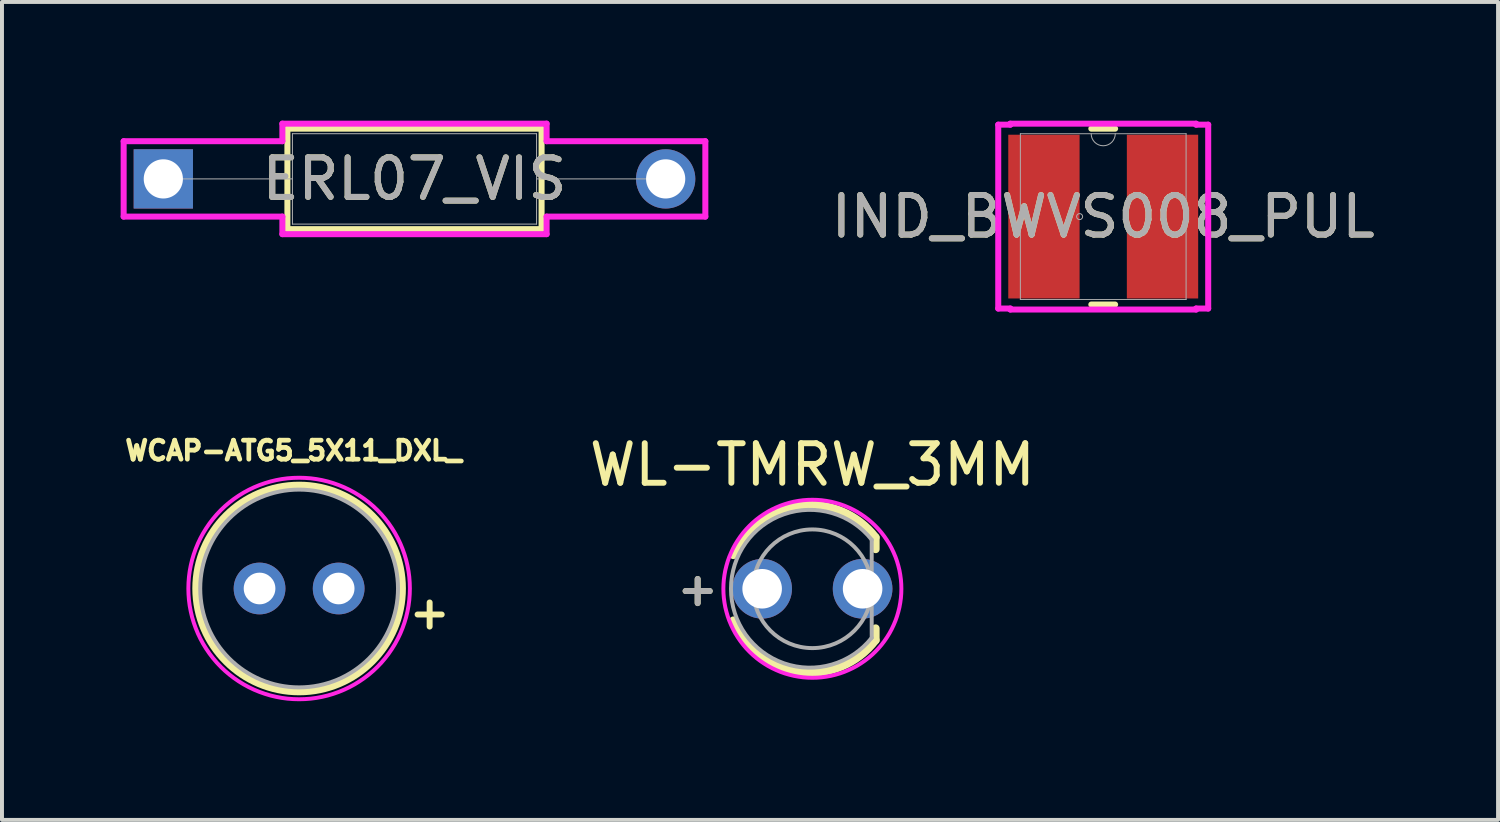
<source format=kicad_pcb>
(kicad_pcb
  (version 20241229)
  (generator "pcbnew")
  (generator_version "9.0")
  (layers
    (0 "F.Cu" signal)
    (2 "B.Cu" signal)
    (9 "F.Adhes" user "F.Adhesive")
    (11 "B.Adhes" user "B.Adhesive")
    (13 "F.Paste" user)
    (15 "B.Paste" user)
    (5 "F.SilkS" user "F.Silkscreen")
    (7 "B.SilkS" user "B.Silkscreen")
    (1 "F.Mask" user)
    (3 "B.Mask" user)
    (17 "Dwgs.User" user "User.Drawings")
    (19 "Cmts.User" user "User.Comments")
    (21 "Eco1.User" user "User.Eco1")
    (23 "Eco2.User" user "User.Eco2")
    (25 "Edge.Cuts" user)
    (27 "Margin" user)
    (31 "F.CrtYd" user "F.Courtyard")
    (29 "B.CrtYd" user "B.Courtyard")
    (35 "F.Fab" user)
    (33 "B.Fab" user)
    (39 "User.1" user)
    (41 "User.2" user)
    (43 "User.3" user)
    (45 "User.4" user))
  (footprint "ERL07_VIS"
    (layer "F.Cu")
    (at 1.079 1.473)
    (property "Reference" "ERL07_VIS" (at 6.35 0 0) (unlocked yes) (layer "F.SilkS") (effects (font (size 1 1) (thickness 0.15))))
    (attr through_hole)
    (fp_line (start 3.137 -1.27) (end 3.137 1.27) (stroke (width 0.152) (type solid)) (layer "F.SilkS"))
    (fp_line (start 3.137 1.27) (end 9.563 1.27) (stroke (width 0.152) (type solid)) (layer "F.SilkS"))
    (fp_line (start 9.563 -1.27) (end 3.137 -1.27) (stroke (width 0.152) (type solid)) (layer "F.SilkS"))
    (fp_line (start 9.563 1.27) (end 9.563 -1.27) (stroke (width 0.152) (type solid)) (layer "F.SilkS"))
    (fp_line (start -1.003 -0.953) (end 3.01 -0.953) (stroke (width 0.152) (type solid)) (layer "F.CrtYd"))
    (fp_line (start -1.003 0.953) (end -1.003 -0.953) (stroke (width 0.152) (type solid)) (layer "F.CrtYd"))
    (fp_line (start 3.01 -1.397) (end 9.69 -1.397) (stroke (width 0.152) (type solid)) (layer "F.CrtYd"))
    (fp_line (start 3.01 -0.953) (end 3.01 -1.397) (stroke (width 0.152) (type solid)) (layer "F.CrtYd"))
    (fp_line (start 3.01 0.953) (end -1.003 0.953) (stroke (width 0.152) (type solid)) (layer "F.CrtYd"))
    (fp_line (start 3.01 1.397) (end 3.01 0.953) (stroke (width 0.152) (type solid)) (layer "F.CrtYd"))
    (fp_line (start 9.69 -1.397) (end 9.69 -0.953) (stroke (width 0.152) (type solid)) (layer "F.CrtYd"))
    (fp_line (start 9.69 -0.953) (end 13.703 -0.953) (stroke (width 0.152) (type solid)) (layer "F.CrtYd"))
    (fp_line (start 9.69 0.953) (end 9.69 1.397) (stroke (width 0.152) (type solid)) (layer "F.CrtYd"))
    (fp_line (start 9.69 1.397) (end 3.01 1.397) (stroke (width 0.152) (type solid)) (layer "F.CrtYd"))
    (fp_line (start 13.703 -0.953) (end 13.703 0.953) (stroke (width 0.152) (type solid)) (layer "F.CrtYd"))
    (fp_line (start 13.703 0.953) (end 9.69 0.953) (stroke (width 0.152) (type solid)) (layer "F.CrtYd"))
    (fp_line (start 0 0) (end 3.264 0) (stroke (width 0.025) (type solid)) (layer "F.Fab"))
    (fp_line (start 3.264 -1.143) (end 3.264 1.143) (stroke (width 0.025) (type solid)) (layer "F.Fab"))
    (fp_line (start 3.264 1.143) (end 9.436 1.143) (stroke (width 0.025) (type solid)) (layer "F.Fab"))
    (fp_line (start 9.436 -1.143) (end 3.264 -1.143) (stroke (width 0.025) (type solid)) (layer "F.Fab"))
    (fp_line (start 9.436 1.143) (end 9.436 -1.143) (stroke (width 0.025) (type solid)) (layer "F.Fab"))
    (fp_line (start 12.7 0) (end 9.436 0) (stroke (width 0.025) (type solid)) (layer "F.Fab"))
    (fp_text user "${REFERENCE}" (at 6.35 0 0) (unlocked yes) (layer "F.Fab") (effects (font (size 1 1) (thickness 0.15))))
    (pad "1" thru_hole rect (at 0 0) (size 1.499 1.499) (drill 0.991) (layers "*.Cu" "*.Mask"))
    (pad "2" thru_hole circle (at 12.7 0) (size 1.499 1.499) (drill 0.991) (layers "*.Cu" "*.Mask")))
  (footprint "WL-TMRW_3MM"
    (layer "F.Cu")
    (at 17.488 11.835)
    (property "Reference" "WL-TMRW_3MM" (at 0 -3.135 0) (layer "F.SilkS") (effects (font (size 1 1) (thickness 0.15))))
    (attr through_hole)
    (fp_line (start 1.6 -1) (end 1.6 -1.3) (stroke (width 0.2) (type solid)) (layer "F.SilkS"))
    (fp_line (start 1.6 1) (end 1.6 1.3) (stroke (width 0.2) (type solid)) (layer "F.SilkS"))
    (fp_arc (start -2 -0.85) (mid -0.329141 -2.108124) (end 1.6 -1.3) (stroke (width 0.2) (type solid)) (layer "F.SilkS"))
    (fp_arc (start 1.6 1.3) (mid -0.346505 2.10484) (end -2 0.8) (stroke (width 0.2) (type solid)) (layer "F.SilkS"))
    (fp_poly (pts (xy 0 2.25) (xy -0.118 2.247) (xy -0.235 2.238) (xy -0.352 2.222) (xy -0.468 2.201) (xy -0.582 2.173) (xy -0.695 2.14) (xy -0.806 2.101) (xy -0.915 2.055) (xy -1.021 2.005) (xy -1.125 1.949) (xy -1.225 1.887) (xy -1.323 1.82) (xy -1.416 1.749) (xy -1.506 1.672) (xy -1.591 1.591) (xy -1.672 1.506) (xy -1.749 1.416) (xy -1.82 1.323) (xy -1.887 1.225) (xy -1.949 1.125) (xy -2.005 1.021) (xy -2.055 0.915) (xy -2.101 0.806) (xy -2.14 0.695) (xy -2.173 0.582) (xy -2.201 0.468) (xy -2.222 0.352) (xy -2.238 0.235) (xy -2.247 0.118) (xy -2.25 0) (xy -2.247 -0.118) (xy -2.238 -0.235) (xy -2.222 -0.352) (xy -2.201 -0.468) (xy -2.173 -0.582) (xy -2.14 -0.695) (xy -2.101 -0.806) (xy -2.055 -0.915) (xy -2.005 -1.021) (xy -1.949 -1.125) (xy -1.887 -1.225) (xy -1.82 -1.323) (xy -1.749 -1.416) (xy -1.672 -1.506) (xy -1.591 -1.591) (xy -1.506 -1.672) (xy -1.416 -1.749) (xy -1.323 -1.82) (xy -1.225 -1.887) (xy -1.125 -1.949) (xy -1.021 -2.005) (xy -0.915 -2.055) (xy -0.806 -2.101) (xy -0.695 -2.14) (xy -0.582 -2.173) (xy -0.468 -2.201) (xy -0.352 -2.222) (xy -0.235 -2.238) (xy -0.118 -2.247) (xy 0 -2.25) (xy 0.118 -2.247) (xy 0.235 -2.238) (xy 0.352 -2.222) (xy 0.468 -2.201) (xy 0.582 -2.173) (xy 0.695 -2.14) (xy 0.806 -2.101) (xy 0.915 -2.055) (xy 1.021 -2.005) (xy 1.125 -1.949) (xy 1.225 -1.887) (xy 1.323 -1.82) (xy 1.416 -1.749) (xy 1.506 -1.672) (xy 1.591 -1.591) (xy 1.672 -1.506) (xy 1.749 -1.416) (xy 1.82 -1.323) (xy 1.887 -1.225) (xy 1.949 -1.125) (xy 2.005 -1.021) (xy 2.055 -0.915) (xy 2.101 -0.806) (xy 2.14 -0.695) (xy 2.173 -0.582) (xy 2.201 -0.468) (xy 2.222 -0.352) (xy 2.238 -0.235) (xy 2.247 -0.118) (xy 2.25 0) (xy 2.247 0.118) (xy 2.238 0.235) (xy 2.222 0.352) (xy 2.201 0.468) (xy 2.173 0.582) (xy 2.14 0.695) (xy 2.101 0.806) (xy 2.055 0.915) (xy 2.005 1.021) (xy 1.949 1.125) (xy 1.887 1.225) (xy 1.82 1.323) (xy 1.749 1.416) (xy 1.672 1.506) (xy 1.591 1.591) (xy 1.506 1.672) (xy 1.416 1.749) (xy 1.323 1.82) (xy 1.225 1.887) (xy 1.125 1.949) (xy 1.021 2.005) (xy 0.915 2.055) (xy 0.806 2.101) (xy 0.695 2.14) (xy 0.582 2.173) (xy 0.468 2.201) (xy 0.352 2.222) (xy 0.235 2.238) (xy 0.118 2.247) (xy 0 2.25)) (stroke (width 0.1) (type solid)) (fill no) (layer "F.CrtYd"))
    (fp_line (start 1.5 -1.24) (end 1.5 1.24) (stroke (width 0.1) (type solid)) (layer "F.Fab"))
    (fp_arc (start 1.5 1.24) (mid -2.057846 0) (end 1.5 -1.24) (stroke (width 0.1) (type solid)) (layer "F.Fab"))
    (fp_circle (center 0 0) (end 1.5 0) (stroke (width 0.1) (type solid)) (fill no) (layer "F.Fab"))
    (fp_text user "+" (at -2.9 0 0) (layer "F.SilkS") (effects (font (size 0.8 0.8) (thickness 0.15))))
    (fp_text user "+" (at -2.9 0 0) (layer "F.Fab") (effects (font (size 0.8 0.8) (thickness 0.15))))
    (pad "1" thru_hole circle (at 1.27 0) (size 1.508 1.508) (drill 1) (layers "*.Cu" "*.Mask"))
    (pad "2" thru_hole circle (at -1.27 0) (size 1.508 1.508) (drill 1) (layers "*.Cu" "*.Mask")))
  (footprint "WCAP-ATG5_5X11_DXL_"
    (layer "F.Cu")
    (at 4.512 11.828)
    (property "Reference" "WCAP-ATG5_5X11_DXL_" (at -0.14 -3.485 0) (layer "F.SilkS") (effects (font (size 0.48 0.48) (thickness 0.15))))
    (attr through_hole)
    (fp_circle (center 0 0) (end 2.6 0) (stroke (width 0.2) (type solid)) (fill no) (layer "F.SilkS"))
    (fp_poly (pts (xy 0 2.8) (xy -0.147 2.796) (xy -0.293 2.785) (xy -0.438 2.766) (xy -0.582 2.739) (xy -0.725 2.705) (xy -0.865 2.663) (xy -1.003 2.614) (xy -1.139 2.558) (xy -1.271 2.495) (xy -1.4 2.425) (xy -1.525 2.348) (xy -1.646 2.265) (xy -1.762 2.176) (xy -1.874 2.081) (xy -1.98 1.98) (xy -2.081 1.874) (xy -2.176 1.762) (xy -2.265 1.646) (xy -2.348 1.525) (xy -2.425 1.4) (xy -2.495 1.271) (xy -2.558 1.139) (xy -2.614 1.003) (xy -2.663 0.865) (xy -2.705 0.725) (xy -2.739 0.582) (xy -2.766 0.438) (xy -2.785 0.293) (xy -2.796 0.147) (xy -2.8 0) (xy -2.796 -0.147) (xy -2.785 -0.293) (xy -2.766 -0.438) (xy -2.739 -0.582) (xy -2.705 -0.725) (xy -2.663 -0.865) (xy -2.614 -1.003) (xy -2.558 -1.139) (xy -2.495 -1.271) (xy -2.425 -1.4) (xy -2.348 -1.525) (xy -2.265 -1.646) (xy -2.176 -1.762) (xy -2.081 -1.874) (xy -1.98 -1.98) (xy -1.874 -2.081) (xy -1.762 -2.176) (xy -1.646 -2.265) (xy -1.525 -2.348) (xy -1.4 -2.425) (xy -1.271 -2.495) (xy -1.139 -2.558) (xy -1.003 -2.614) (xy -0.865 -2.663) (xy -0.725 -2.705) (xy -0.582 -2.739) (xy -0.438 -2.766) (xy -0.293 -2.785) (xy -0.147 -2.796) (xy 0 -2.8) (xy 0.147 -2.796) (xy 0.293 -2.785) (xy 0.438 -2.766) (xy 0.582 -2.739) (xy 0.725 -2.705) (xy 0.865 -2.663) (xy 1.003 -2.614) (xy 1.139 -2.558) (xy 1.271 -2.495) (xy 1.4 -2.425) (xy 1.525 -2.348) (xy 1.646 -2.265) (xy 1.762 -2.176) (xy 1.874 -2.081) (xy 1.98 -1.98) (xy 2.081 -1.874) (xy 2.176 -1.762) (xy 2.265 -1.646) (xy 2.348 -1.525) (xy 2.425 -1.4) (xy 2.495 -1.271) (xy 2.558 -1.139) (xy 2.614 -1.003) (xy 2.663 -0.865) (xy 2.705 -0.725) (xy 2.739 -0.582) (xy 2.766 -0.438) (xy 2.785 -0.293) (xy 2.796 -0.147) (xy 2.8 0) (xy 2.796 0.147) (xy 2.785 0.293) (xy 2.766 0.438) (xy 2.739 0.582) (xy 2.705 0.725) (xy 2.663 0.865) (xy 2.614 1.003) (xy 2.558 1.139) (xy 2.495 1.271) (xy 2.425 1.4) (xy 2.348 1.525) (xy 2.265 1.646) (xy 2.176 1.762) (xy 2.081 1.874) (xy 1.98 1.98) (xy 1.874 2.081) (xy 1.762 2.176) (xy 1.646 2.265) (xy 1.525 2.348) (xy 1.4 2.425) (xy 1.271 2.495) (xy 1.139 2.558) (xy 1.003 2.614) (xy 0.865 2.663) (xy 0.725 2.705) (xy 0.582 2.739) (xy 0.438 2.766) (xy 0.293 2.785) (xy 0.147 2.796) (xy 0 2.8)) (stroke (width 0.1) (type solid)) (fill no) (layer "F.CrtYd"))
    (fp_circle (center 0 0) (end 2.5 0) (stroke (width 0.1) (type solid)) (fill no) (layer "F.Fab"))
    (fp_text user "+" (at 3.3 0.6 0) (layer "F.SilkS") (effects (font (size 0.8 0.8) (thickness 0.15))))
    (pad "1" thru_hole circle (at 1 0) (size 1.308 1.308) (drill 0.8) (layers "*.Cu" "*.Mask"))
    (pad "2" thru_hole circle (at -1 0) (size 1.308 1.308) (drill 0.8) (layers "*.Cu" "*.Mask")))
  (footprint "IND_BWVS008_PUL"
    (layer "F.Cu")
    (at 24.841 2.426)
    (property "Reference" "IND_BWVS008_PUL" (at 0 0 0) (unlocked yes) (layer "F.SilkS") (effects (font (size 1 1) (thickness 0.15))))
    (attr smd)
    (fp_line (start -0.301 2.223) (end 0.301 2.223) (stroke (width 0.152) (type solid)) (layer "F.SilkS"))
    (fp_line (start 0.301 -2.223) (end -0.301 -2.223) (stroke (width 0.152) (type solid)) (layer "F.SilkS"))
    (fp_line (start -2.654 -2.324) (end -2.349 -2.324) (stroke (width 0.152) (type solid)) (layer "F.CrtYd"))
    (fp_line (start -2.654 2.324) (end -2.654 -2.324) (stroke (width 0.152) (type solid)) (layer "F.CrtYd"))
    (fp_line (start -2.654 2.324) (end -2.349 2.324) (stroke (width 0.152) (type solid)) (layer "F.CrtYd"))
    (fp_line (start -2.349 -2.349) (end 2.349 -2.349) (stroke (width 0.152) (type solid)) (layer "F.CrtYd"))
    (fp_line (start -2.349 -2.324) (end -2.349 -2.349) (stroke (width 0.152) (type solid)) (layer "F.CrtYd"))
    (fp_line (start -2.349 2.349) (end -2.349 2.324) (stroke (width 0.152) (type solid)) (layer "F.CrtYd"))
    (fp_line (start 2.349 -2.349) (end 2.349 -2.324) (stroke (width 0.152) (type solid)) (layer "F.CrtYd"))
    (fp_line (start 2.349 2.324) (end 2.349 2.349) (stroke (width 0.152) (type solid)) (layer "F.CrtYd"))
    (fp_line (start 2.349 2.349) (end -2.349 2.349) (stroke (width 0.152) (type solid)) (layer "F.CrtYd"))
    (fp_line (start 2.654 -2.324) (end 2.349 -2.324) (stroke (width 0.152) (type solid)) (layer "F.CrtYd"))
    (fp_line (start 2.654 -2.324) (end 2.654 2.324) (stroke (width 0.152) (type solid)) (layer "F.CrtYd"))
    (fp_line (start 2.654 2.324) (end 2.349 2.324) (stroke (width 0.152) (type solid)) (layer "F.CrtYd"))
    (fp_line (start -2.095 -2.095) (end -2.095 2.095) (stroke (width 0.025) (type solid)) (layer "F.Fab"))
    (fp_line (start -2.095 2.095) (end 2.095 2.095) (stroke (width 0.025) (type solid)) (layer "F.Fab"))
    (fp_line (start 2.095 -2.095) (end -2.095 -2.095) (stroke (width 0.025) (type solid)) (layer "F.Fab"))
    (fp_line (start 2.095 2.095) (end 2.095 -2.095) (stroke (width 0.025) (type solid)) (layer "F.Fab"))
    (fp_arc (start 0.3048 -2.0955) (mid 0 -1.7907) (end -0.3048 -2.0955) (stroke (width 0.0254) (type solid)) (layer "F.Fab"))
    (fp_circle (center -0.597 0) (end -0.521 0) (stroke (width 0.025) (type solid)) (fill no) (layer "F.Fab"))
    (fp_text user "${REFERENCE}" (at 0 0 0) (unlocked yes) (layer "F.Fab") (effects (font (size 1 1) (thickness 0.15))))
    (pad "1" smd rect (at -1.499 0) (size 1.803 4.14) (layers "F.Cu" "F.Mask" "F.Paste"))
    (pad "2" smd rect (at 1.499 0) (size 1.803 4.14) (layers "F.Cu" "F.Mask" "F.Paste")))
  (gr_rect
    (start -3 -3)
    (end 34.823 17.678)
    (stroke (width 0.1) (type default))
    (fill no)
    (layer "Edge.Cuts")))
</source>
